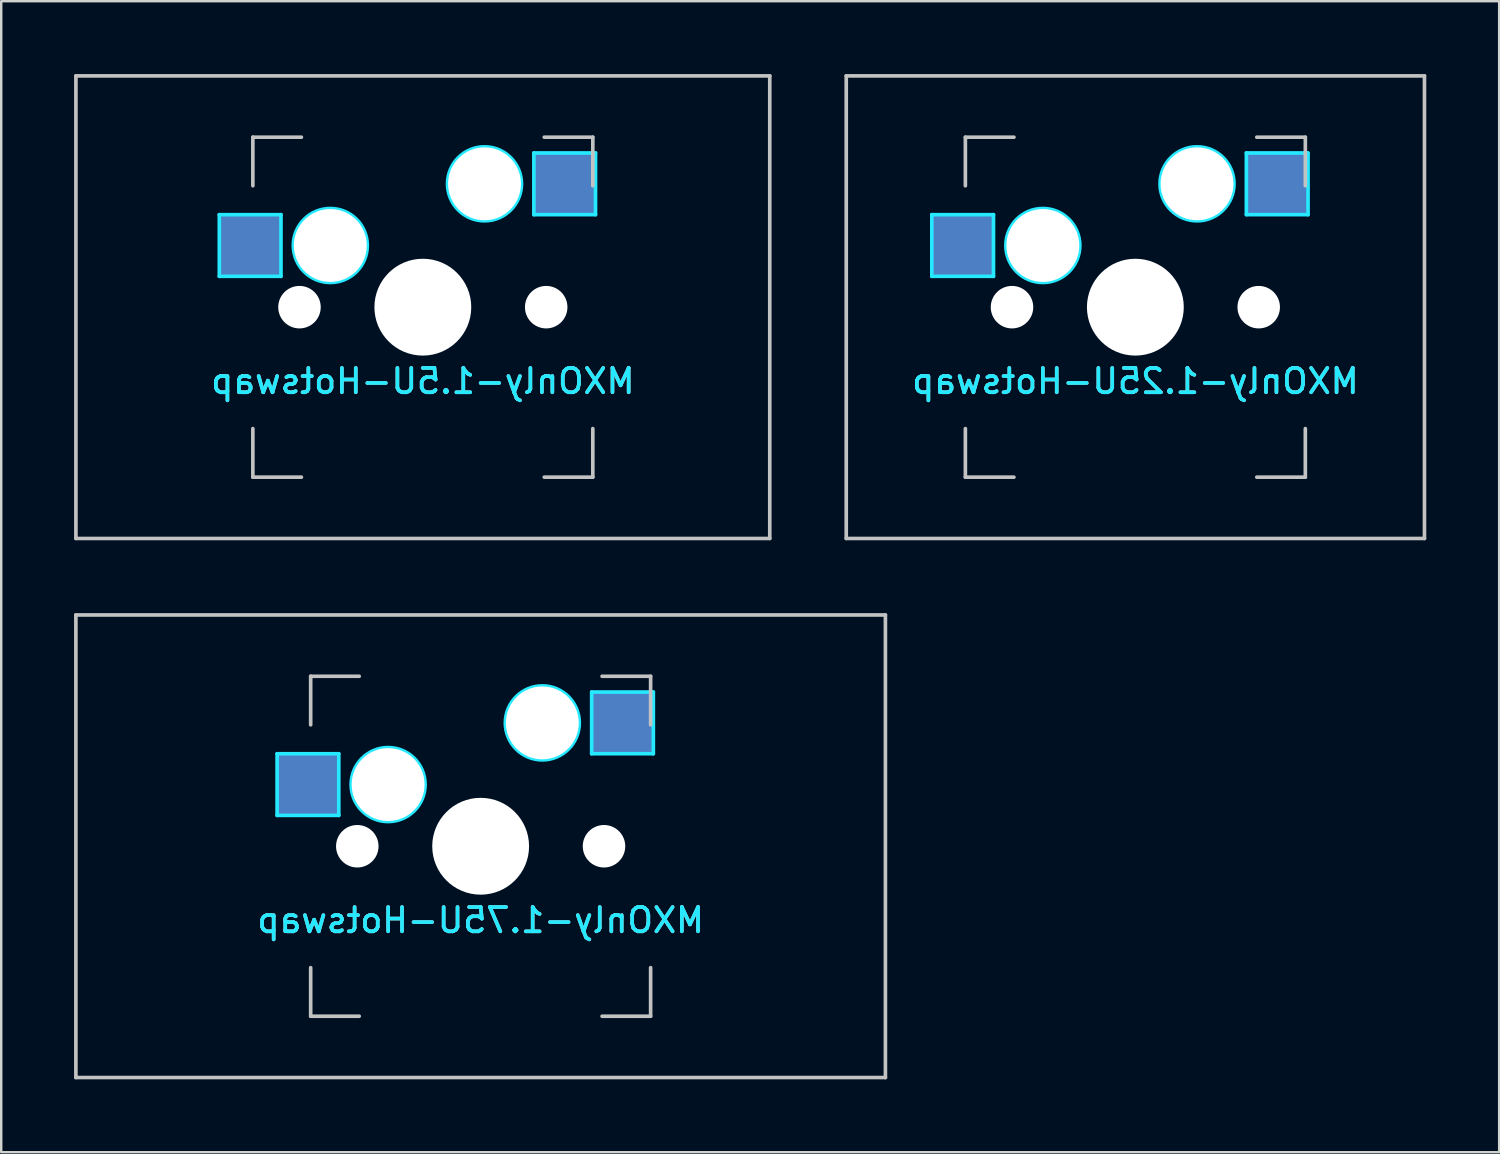
<source format=kicad_pcb>
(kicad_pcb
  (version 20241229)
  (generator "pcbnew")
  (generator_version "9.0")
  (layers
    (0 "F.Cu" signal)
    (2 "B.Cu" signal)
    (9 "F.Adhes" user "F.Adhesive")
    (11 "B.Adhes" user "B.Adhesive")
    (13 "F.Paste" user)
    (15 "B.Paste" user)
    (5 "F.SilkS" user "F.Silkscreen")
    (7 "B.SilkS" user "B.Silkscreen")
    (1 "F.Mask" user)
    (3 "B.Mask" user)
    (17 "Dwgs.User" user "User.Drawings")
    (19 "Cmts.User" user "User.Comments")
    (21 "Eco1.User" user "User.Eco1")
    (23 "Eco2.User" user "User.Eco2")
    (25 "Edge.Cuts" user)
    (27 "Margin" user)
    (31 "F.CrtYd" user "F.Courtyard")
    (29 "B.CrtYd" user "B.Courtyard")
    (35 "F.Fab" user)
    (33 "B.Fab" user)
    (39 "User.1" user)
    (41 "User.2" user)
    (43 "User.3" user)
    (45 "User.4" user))
  (footprint "MXOnly-1.75U-Hotswap"
    (layer "F.Cu")
    (at 16.744 31.8)
    (property "Reference" "MXOnly-1.75U-Hotswap" (at 0 3.048 0) (layer "B.CrtYd") (effects (font (size 1 1) (thickness 0.15)) (justify mirror)))
    (attr smd)
    (fp_line (start -16.669 -9.525) (end 16.669 -9.525) (stroke (width 0.15) (type solid)) (layer "Dwgs.User"))
    (fp_line (start -16.669 9.525) (end -16.669 -9.525) (stroke (width 0.15) (type solid)) (layer "Dwgs.User"))
    (fp_line (start -7 -7) (end -7 -5) (stroke (width 0.15) (type solid)) (layer "Dwgs.User"))
    (fp_line (start -7 5) (end -7 7) (stroke (width 0.15) (type solid)) (layer "Dwgs.User"))
    (fp_line (start -7 7) (end -5 7) (stroke (width 0.15) (type solid)) (layer "Dwgs.User"))
    (fp_line (start -5 -7) (end -7 -7) (stroke (width 0.15) (type solid)) (layer "Dwgs.User"))
    (fp_line (start 5 -7) (end 7 -7) (stroke (width 0.15) (type solid)) (layer "Dwgs.User"))
    (fp_line (start 5 7) (end 7 7) (stroke (width 0.15) (type solid)) (layer "Dwgs.User"))
    (fp_line (start 7 -7) (end 7 -5) (stroke (width 0.15) (type solid)) (layer "Dwgs.User"))
    (fp_line (start 7 7) (end 7 5) (stroke (width 0.15) (type solid)) (layer "Dwgs.User"))
    (fp_line (start 16.669 -9.525) (end 16.669 9.525) (stroke (width 0.15) (type solid)) (layer "Dwgs.User"))
    (fp_line (start 16.669 9.525) (end -16.669 9.525) (stroke (width 0.15) (type solid)) (layer "Dwgs.User"))
    (fp_line (start -8.382 -3.81) (end -5.842 -3.81) (stroke (width 0.15) (type solid)) (layer "B.CrtYd"))
    (fp_line (start -8.382 -1.27) (end -8.382 -3.81) (stroke (width 0.15) (type solid)) (layer "B.CrtYd"))
    (fp_line (start -5.842 -3.81) (end -5.842 -1.27) (stroke (width 0.15) (type solid)) (layer "B.CrtYd"))
    (fp_line (start -5.842 -1.27) (end -8.382 -1.27) (stroke (width 0.15) (type solid)) (layer "B.CrtYd"))
    (fp_line (start 4.572 -6.35) (end 7.112 -6.35) (stroke (width 0.15) (type solid)) (layer "B.CrtYd"))
    (fp_line (start 4.572 -3.81) (end 4.572 -6.35) (stroke (width 0.15) (type solid)) (layer "B.CrtYd"))
    (fp_line (start 7.112 -6.35) (end 7.112 -3.81) (stroke (width 0.15) (type solid)) (layer "B.CrtYd"))
    (fp_line (start 7.112 -3.81) (end 4.572 -3.81) (stroke (width 0.15) (type solid)) (layer "B.CrtYd"))
    (fp_circle (center -3.81 -2.54) (end -3.81 -4.064) (stroke (width 0.15) (type solid)) (fill no) (layer "B.CrtYd"))
    (fp_circle (center 2.54 -5.08) (end 2.54 -6.604) (stroke (width 0.15) (type solid)) (fill no) (layer "B.CrtYd"))
    (fp_text user "${REFERENCE}" (at 0 3.048 0) (layer "B.SilkS") (effects (font (size 1 1) (thickness 0.15)) (justify mirror)))
    (pad "" np_thru_hole circle (at -5.08 0 48.1) (size 1.75 1.75) (drill 1.75) (layers "*.Cu" "*.Mask"))
    (pad "" np_thru_hole circle (at -3.81 -2.54) (size 3 3) (drill 3) (layers "*.Cu" "*.Mask"))
    (pad "" np_thru_hole circle (at 0 0) (size 3.988 3.988) (drill 3.988) (layers "*.Cu" "*.Mask"))
    (pad "" np_thru_hole circle (at 2.54 -5.08) (size 3 3) (drill 3) (layers "*.Cu" "*.Mask"))
    (pad "" np_thru_hole circle (at 5.08 0 48.1) (size 1.75 1.75) (drill 1.75) (layers "*.Cu" "*.Mask"))
    (pad "1" smd rect (at -7.085 -2.54) (size 2.55 2.5) (layers "B.Cu" "B.Mask" "B.Paste"))
    (pad "2" smd rect (at 5.842 -5.08) (size 2.55 2.5) (layers "B.Cu" "B.Mask" "B.Paste")))
  (footprint "MXOnly-1.25U-Hotswap"
    (layer "F.Cu")
    (at 43.706 9.6)
    (property "Reference" "MXOnly-1.25U-Hotswap" (at 0 3.048 0) (layer "B.CrtYd") (effects (font (size 1 1) (thickness 0.15)) (justify mirror)))
    (attr smd)
    (fp_line (start -11.906 -9.525) (end 11.906 -9.525) (stroke (width 0.15) (type solid)) (layer "Dwgs.User"))
    (fp_line (start -11.906 9.525) (end -11.906 -9.525) (stroke (width 0.15) (type solid)) (layer "Dwgs.User"))
    (fp_line (start -7 -7) (end -7 -5) (stroke (width 0.15) (type solid)) (layer "Dwgs.User"))
    (fp_line (start -7 5) (end -7 7) (stroke (width 0.15) (type solid)) (layer "Dwgs.User"))
    (fp_line (start -7 7) (end -5 7) (stroke (width 0.15) (type solid)) (layer "Dwgs.User"))
    (fp_line (start -5 -7) (end -7 -7) (stroke (width 0.15) (type solid)) (layer "Dwgs.User"))
    (fp_line (start 5 -7) (end 7 -7) (stroke (width 0.15) (type solid)) (layer "Dwgs.User"))
    (fp_line (start 5 7) (end 7 7) (stroke (width 0.15) (type solid)) (layer "Dwgs.User"))
    (fp_line (start 7 -7) (end 7 -5) (stroke (width 0.15) (type solid)) (layer "Dwgs.User"))
    (fp_line (start 7 7) (end 7 5) (stroke (width 0.15) (type solid)) (layer "Dwgs.User"))
    (fp_line (start 11.906 -9.525) (end 11.906 9.525) (stroke (width 0.15) (type solid)) (layer "Dwgs.User"))
    (fp_line (start 11.906 9.525) (end -11.906 9.525) (stroke (width 0.15) (type solid)) (layer "Dwgs.User"))
    (fp_line (start -8.382 -3.81) (end -5.842 -3.81) (stroke (width 0.15) (type solid)) (layer "B.CrtYd"))
    (fp_line (start -8.382 -1.27) (end -8.382 -3.81) (stroke (width 0.15) (type solid)) (layer "B.CrtYd"))
    (fp_line (start -5.842 -3.81) (end -5.842 -1.27) (stroke (width 0.15) (type solid)) (layer "B.CrtYd"))
    (fp_line (start -5.842 -1.27) (end -8.382 -1.27) (stroke (width 0.15) (type solid)) (layer "B.CrtYd"))
    (fp_line (start 4.572 -6.35) (end 7.112 -6.35) (stroke (width 0.15) (type solid)) (layer "B.CrtYd"))
    (fp_line (start 4.572 -3.81) (end 4.572 -6.35) (stroke (width 0.15) (type solid)) (layer "B.CrtYd"))
    (fp_line (start 7.112 -6.35) (end 7.112 -3.81) (stroke (width 0.15) (type solid)) (layer "B.CrtYd"))
    (fp_line (start 7.112 -3.81) (end 4.572 -3.81) (stroke (width 0.15) (type solid)) (layer "B.CrtYd"))
    (fp_circle (center -3.81 -2.54) (end -3.81 -4.064) (stroke (width 0.15) (type solid)) (fill no) (layer "B.CrtYd"))
    (fp_circle (center 2.54 -5.08) (end 2.54 -6.604) (stroke (width 0.15) (type solid)) (fill no) (layer "B.CrtYd"))
    (fp_text user "${REFERENCE}" (at 0 3.048 0) (layer "B.SilkS") (effects (font (size 1 1) (thickness 0.15)) (justify mirror)))
    (pad "" np_thru_hole circle (at -5.08 0 48.1) (size 1.75 1.75) (drill 1.75) (layers "*.Cu" "*.Mask"))
    (pad "" np_thru_hole circle (at -3.81 -2.54) (size 3 3) (drill 3) (layers "*.Cu" "*.Mask"))
    (pad "" np_thru_hole circle (at 0 0) (size 3.988 3.988) (drill 3.988) (layers "*.Cu" "*.Mask"))
    (pad "" np_thru_hole circle (at 2.54 -5.08) (size 3 3) (drill 3) (layers "*.Cu" "*.Mask"))
    (pad "" np_thru_hole circle (at 5.08 0 48.1) (size 1.75 1.75) (drill 1.75) (layers "*.Cu" "*.Mask"))
    (pad "1" smd rect (at -7.085 -2.54) (size 2.55 2.5) (layers "B.Cu" "B.Mask" "B.Paste"))
    (pad "2" smd rect (at 5.842 -5.08) (size 2.55 2.5) (layers "B.Cu" "B.Mask" "B.Paste")))
  (footprint "MXOnly-1.5U-Hotswap"
    (layer "F.Cu")
    (at 14.363 9.6)
    (property "Reference" "MXOnly-1.5U-Hotswap" (at 0 3.048 0) (layer "B.CrtYd") (effects (font (size 1 1) (thickness 0.15)) (justify mirror)))
    (attr smd)
    (fp_line (start -14.287 -9.525) (end 14.287 -9.525) (stroke (width 0.15) (type solid)) (layer "Dwgs.User"))
    (fp_line (start -14.287 9.525) (end -14.287 -9.525) (stroke (width 0.15) (type solid)) (layer "Dwgs.User"))
    (fp_line (start -7 -7) (end -7 -5) (stroke (width 0.15) (type solid)) (layer "Dwgs.User"))
    (fp_line (start -7 5) (end -7 7) (stroke (width 0.15) (type solid)) (layer "Dwgs.User"))
    (fp_line (start -7 7) (end -5 7) (stroke (width 0.15) (type solid)) (layer "Dwgs.User"))
    (fp_line (start -5 -7) (end -7 -7) (stroke (width 0.15) (type solid)) (layer "Dwgs.User"))
    (fp_line (start 5 -7) (end 7 -7) (stroke (width 0.15) (type solid)) (layer "Dwgs.User"))
    (fp_line (start 5 7) (end 7 7) (stroke (width 0.15) (type solid)) (layer "Dwgs.User"))
    (fp_line (start 7 -7) (end 7 -5) (stroke (width 0.15) (type solid)) (layer "Dwgs.User"))
    (fp_line (start 7 7) (end 7 5) (stroke (width 0.15) (type solid)) (layer "Dwgs.User"))
    (fp_line (start 14.287 -9.525) (end 14.287 9.525) (stroke (width 0.15) (type solid)) (layer "Dwgs.User"))
    (fp_line (start 14.287 9.525) (end -14.287 9.525) (stroke (width 0.15) (type solid)) (layer "Dwgs.User"))
    (fp_line (start -8.382 -3.81) (end -5.842 -3.81) (stroke (width 0.15) (type solid)) (layer "B.CrtYd"))
    (fp_line (start -8.382 -1.27) (end -8.382 -3.81) (stroke (width 0.15) (type solid)) (layer "B.CrtYd"))
    (fp_line (start -5.842 -3.81) (end -5.842 -1.27) (stroke (width 0.15) (type solid)) (layer "B.CrtYd"))
    (fp_line (start -5.842 -1.27) (end -8.382 -1.27) (stroke (width 0.15) (type solid)) (layer "B.CrtYd"))
    (fp_line (start 4.572 -6.35) (end 7.112 -6.35) (stroke (width 0.15) (type solid)) (layer "B.CrtYd"))
    (fp_line (start 4.572 -3.81) (end 4.572 -6.35) (stroke (width 0.15) (type solid)) (layer "B.CrtYd"))
    (fp_line (start 7.112 -6.35) (end 7.112 -3.81) (stroke (width 0.15) (type solid)) (layer "B.CrtYd"))
    (fp_line (start 7.112 -3.81) (end 4.572 -3.81) (stroke (width 0.15) (type solid)) (layer "B.CrtYd"))
    (fp_circle (center -3.81 -2.54) (end -3.81 -4.064) (stroke (width 0.15) (type solid)) (fill no) (layer "B.CrtYd"))
    (fp_circle (center 2.54 -5.08) (end 2.54 -6.604) (stroke (width 0.15) (type solid)) (fill no) (layer "B.CrtYd"))
    (fp_text user "${REFERENCE}" (at 0 3.048 0) (layer "B.SilkS") (effects (font (size 1 1) (thickness 0.15)) (justify mirror)))
    (pad "" np_thru_hole circle (at -5.08 0 48.1) (size 1.75 1.75) (drill 1.75) (layers "*.Cu" "*.Mask"))
    (pad "" np_thru_hole circle (at -3.81 -2.54) (size 3 3) (drill 3) (layers "*.Cu" "*.Mask"))
    (pad "" np_thru_hole circle (at 0 0) (size 3.988 3.988) (drill 3.988) (layers "*.Cu" "*.Mask"))
    (pad "" np_thru_hole circle (at 2.54 -5.08) (size 3 3) (drill 3) (layers "*.Cu" "*.Mask"))
    (pad "" np_thru_hole circle (at 5.08 0 48.1) (size 1.75 1.75) (drill 1.75) (layers "*.Cu" "*.Mask"))
    (pad "1" smd rect (at -7.085 -2.54) (size 2.55 2.5) (layers "B.Cu" "B.Mask" "B.Paste"))
    (pad "2" smd rect (at 5.842 -5.08) (size 2.55 2.5) (layers "B.Cu" "B.Mask" "B.Paste")))
  (gr_rect
    (start -3 -3)
    (end 58.688 44.4)
    (stroke (width 0.1) (type default))
    (fill no)
    (layer "Edge.Cuts")))
</source>
